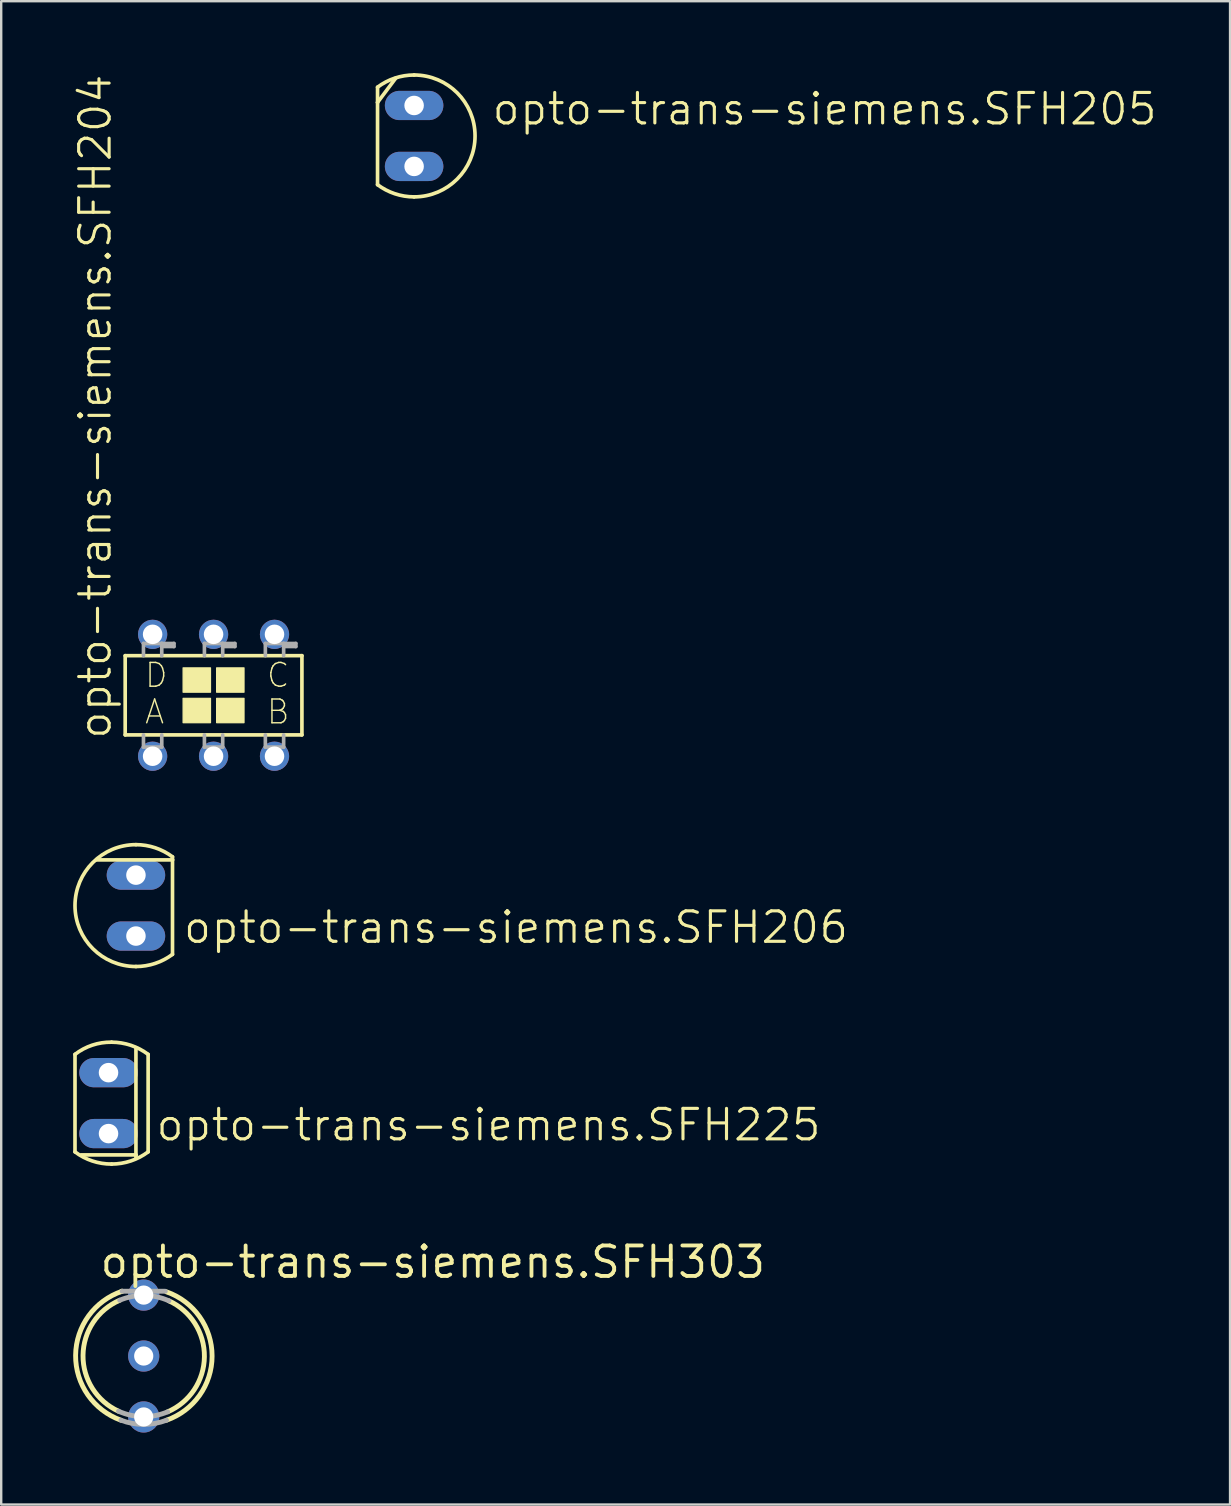
<source format=kicad_pcb>
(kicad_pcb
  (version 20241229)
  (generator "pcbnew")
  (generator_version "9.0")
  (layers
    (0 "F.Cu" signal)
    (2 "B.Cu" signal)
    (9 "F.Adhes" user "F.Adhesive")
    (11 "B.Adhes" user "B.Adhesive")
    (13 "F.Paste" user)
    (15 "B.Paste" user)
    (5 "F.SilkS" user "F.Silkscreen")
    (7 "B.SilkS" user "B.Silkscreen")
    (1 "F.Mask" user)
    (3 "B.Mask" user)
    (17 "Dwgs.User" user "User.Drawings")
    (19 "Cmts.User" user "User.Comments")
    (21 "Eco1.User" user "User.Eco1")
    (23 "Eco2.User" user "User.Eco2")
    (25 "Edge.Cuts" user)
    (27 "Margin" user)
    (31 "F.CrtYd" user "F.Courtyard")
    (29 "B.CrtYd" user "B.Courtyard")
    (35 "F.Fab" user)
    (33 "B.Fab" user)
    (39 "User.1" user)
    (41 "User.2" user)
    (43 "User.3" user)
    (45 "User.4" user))
  (footprint "opto-trans-siemens.SFH225"
    (layer "F.Cu")
    (at 1.473 42.928)
    (property "Reference" "opto-trans-siemens.SFH225" (at 1.905 1.651 0) (layer "F.SilkS") (effects (font (size 1.27 1.27) (thickness 0.13)) (justify left bottom)))
    (attr through_hole)
    (fp_line (start -1.397 2.032) (end -1.397 -2.032) (stroke (width 0.152) (type default)) (layer "F.SilkS"))
    (fp_line (start 1.143 -2.286) (end 1.143 2.159) (stroke (width 0.152) (type default)) (layer "F.SilkS"))
    (fp_line (start 1.143 2.159) (end -1.143 2.159) (stroke (width 0.152) (type default)) (layer "F.SilkS"))
    (fp_line (start 1.143 2.159) (end 1.143 2.286) (stroke (width 0.152) (type default)) (layer "F.SilkS"))
    (fp_line (start 1.651 -2.032) (end 1.651 2.032) (stroke (width 0.152) (type default)) (layer "F.SilkS"))
    (fp_arc (start -1.397 -2.032) (mid -0.678257 -2.415771) (end 0.127 -2.54) (stroke (width 0.1524) (type default)) (layer "F.SilkS"))
    (fp_arc (start 0.127 -2.54) (mid 0.930219 -2.409656) (end 1.651 -2.032) (stroke (width 0.1524) (type default)) (layer "F.SilkS"))
    (fp_arc (start 0.127 2.5399) (mid -0.676817 2.411425) (end -1.397 2.032) (stroke (width 0.1524) (type default)) (layer "F.SilkS"))
    (fp_arc (start 1.651 2.032) (mid 0.930219 2.409656) (end 0.127 2.54) (stroke (width 0.1524) (type default)) (layer "F.SilkS"))
    (pad "A" thru_hole oval (at 0 -1.27) (size 2.438 1.219) (drill 0.813) (layers "*.Cu" "*.Mask"))
    (pad "K" thru_hole oval (at 0 1.27) (size 2.438 1.219) (drill 0.813) (layers "*.Cu" "*.Mask")))
  (footprint "opto-trans-siemens.SFH206"
    (layer "F.Cu")
    (at 2.616 34.695)
    (property "Reference" "opto-trans-siemens.SFH206" (at 1.905 1.651 0) (layer "F.SilkS") (effects (font (size 1.27 1.27) (thickness 0.13)) (justify left bottom)))
    (attr through_hole)
    (fp_line (start -1.651 -1.905) (end 1.524 -1.905) (stroke (width 0.152) (type default)) (layer "F.SilkS"))
    (fp_line (start 1.524 -2.032) (end 1.524 -1.905) (stroke (width 0.152) (type default)) (layer "F.SilkS"))
    (fp_line (start 1.524 -1.905) (end 1.524 2.032) (stroke (width 0.152) (type default)) (layer "F.SilkS"))
    (fp_arc (start 0 -2.54) (mid 0.803219 -2.409656) (end 1.524 -2.032) (stroke (width 0.1524) (type default)) (layer "F.SilkS"))
    (fp_arc (start 0 2.54) (mid -2.54 0) (end 0 -2.54) (stroke (width 0.1524) (type default)) (layer "F.SilkS"))
    (fp_arc (start 1.524 2.032) (mid 0.803219 2.409656) (end 0 2.54) (stroke (width 0.1524) (type default)) (layer "F.SilkS"))
    (pad "A" thru_hole oval (at 0 1.27) (size 2.438 1.219) (drill 0.813) (layers "*.Cu" "*.Mask"))
    (pad "K" thru_hole oval (at 0 -1.27) (size 2.438 1.219) (drill 0.813) (layers "*.Cu" "*.Mask")))
  (footprint "opto-trans-siemens.SFH303"
    (layer "F.Cu")
    (at 2.94 53.469)
    (property "Reference" "opto-trans-siemens.SFH303" (at -1.905 -3.175 0) (layer "F.SilkS") (effects (font (size 1.27 1.27) (thickness 0.16)) (justify left bottom)))
    (attr through_hole)
    (fp_line (start -0.925 -2.7) (end -0.9 -2.7) (stroke (width 0.203) (type default)) (layer "F.SilkS"))
    (fp_arc (start -1.05 2.3) (mid -2.529482 -0.028765) (end -1 -2.325) (stroke (width 0.2032) (type default)) (layer "F.SilkS"))
    (fp_arc (start -0.95 2.675) (mid -2.838594 -0.030301) (end -0.9 -2.7) (stroke (width 0.2032) (type default)) (layer "F.SilkS"))
    (fp_arc (start 0.95 -2.675) (mid 2.850107 0) (end 0.95 2.675) (stroke (width 0.2032) (type default)) (layer "F.SilkS"))
    (fp_arc (start 1.05 -2.3) (mid 2.529482 0.028765) (end 1 2.325) (stroke (width 0.2032) (type default)) (layer "F.SilkS"))
    (fp_line (start -0.9 -2.7) (end 0.9 -2.7) (stroke (width 0.203) (type default)) (layer "F.Fab"))
    (fp_arc (start -1 -2.325) (mid 0.027604 -2.526027) (end 1.05 -2.3) (stroke (width 0.2032) (type default)) (layer "F.Fab"))
    (fp_arc (start 0.95 2.675) (mid 0 2.850472) (end -0.95 2.675) (stroke (width 0.2032) (type default)) (layer "F.Fab"))
    (fp_arc (start 1 2.325) (mid -0.027604 2.526027) (end -1.05 2.3) (stroke (width 0.2032) (type default)) (layer "F.Fab"))
    (pad "1" thru_hole circle (at 0 -2.54) (size 1.3 1.3) (drill 0.8) (layers "*.Cu" "*.Mask"))
    (pad "2" thru_hole circle (at 0 0) (size 1.3 1.3) (drill 0.8) (layers "*.Cu" "*.Mask"))
    (pad "3" thru_hole circle (at 0 2.54) (size 1.3 1.3) (drill 0.8) (layers "*.Cu" "*.Mask")))
  (footprint "opto-trans-siemens.SFH205"
    (layer "F.Cu")
    (at 14.21 2.616)
    (property "Reference" "opto-trans-siemens.SFH205" (at 3.175 -0.381 0) (layer "F.SilkS") (effects (font (size 1.27 1.27) (thickness 0.13)) (justify left bottom)))
    (attr through_hole)
    (fp_line (start -1.524 -1.397) (end -1.524 -2.032) (stroke (width 0.152) (type default)) (layer "F.SilkS"))
    (fp_line (start -1.524 2.032) (end -1.524 -1.397) (stroke (width 0.152) (type default)) (layer "F.SilkS"))
    (fp_line (start -0.762 -2.413) (end -1.524 -1.397) (stroke (width 0.152) (type default)) (layer "F.SilkS"))
    (fp_arc (start -1.524 -2.032) (mid -0.803219 -2.409656) (end 0 -2.54) (stroke (width 0.1524) (type default)) (layer "F.SilkS"))
    (fp_arc (start 0 -2.54) (mid 2.54 0) (end 0 2.54) (stroke (width 0.1524) (type default)) (layer "F.SilkS"))
    (fp_arc (start 0 2.54) (mid -0.803219 2.409656) (end -1.524 2.032) (stroke (width 0.1524) (type default)) (layer "F.SilkS"))
    (pad "A" thru_hole oval (at 0 1.27) (size 2.438 1.219) (drill 0.813) (layers "*.Cu" "*.Mask"))
    (pad "K" thru_hole oval (at 0 -1.27) (size 2.438 1.219) (drill 0.813) (layers "*.Cu" "*.Mask")))
  (footprint "opto-trans-siemens.SFH204"
    (layer "F.Cu")
    (at 5.851 25.929)
    (property "Reference" "opto-trans-siemens.SFH204" (at -4.191 1.905 90) (layer "F.SilkS") (effects (font (size 1.27 1.27) (thickness 0.13)) (justify left bottom)))
    (attr through_hole)
    (fp_line (start -3.683 1.651) (end -3.683 -1.651) (stroke (width 0.152) (type default)) (layer "F.SilkS"))
    (fp_line (start -3.683 1.651) (end 3.683 1.651) (stroke (width 0.152) (type default)) (layer "F.SilkS"))
    (fp_line (start 3.683 -1.651) (end -3.683 -1.651) (stroke (width 0.152) (type default)) (layer "F.SilkS"))
    (fp_line (start 3.683 -1.651) (end 3.683 1.651) (stroke (width 0.152) (type default)) (layer "F.SilkS"))
    (fp_rect (start -1.27 -0.127) (end -0.127 -1.143) (stroke (width 0.05) (type default)) (fill yes) (layer "F.SilkS"))
    (fp_rect (start -1.27 1.143) (end -0.127 0.127) (stroke (width 0.05) (type default)) (fill yes) (layer "F.SilkS"))
    (fp_rect (start 0.127 -0.127) (end 1.27 -1.143) (stroke (width 0.05) (type default)) (fill yes) (layer "F.SilkS"))
    (fp_rect (start 0.127 1.143) (end 1.27 0.127) (stroke (width 0.05) (type default)) (fill yes) (layer "F.SilkS"))
    (fp_line (start -2.921 -2.159) (end -2.921 -1.651) (stroke (width 0.152) (type default)) (layer "F.Fab"))
    (fp_line (start -2.921 2.159) (end -2.921 1.651) (stroke (width 0.152) (type default)) (layer "F.Fab"))
    (fp_line (start -2.921 2.159) (end -2.159 2.159) (stroke (width 0.152) (type default)) (layer "F.Fab"))
    (fp_line (start -2.159 -2.159) (end -2.921 -2.159) (stroke (width 0.152) (type default)) (layer "F.Fab"))
    (fp_line (start -2.159 -2.032) (end -2.159 -2.159) (stroke (width 0.152) (type default)) (layer "F.Fab"))
    (fp_line (start -2.159 -1.651) (end -2.159 -2.032) (stroke (width 0.152) (type default)) (layer "F.Fab"))
    (fp_line (start -2.159 1.651) (end -2.159 2.159) (stroke (width 0.152) (type default)) (layer "F.Fab"))
    (fp_line (start -1.651 -2.159) (end -2.159 -2.159) (stroke (width 0.152) (type default)) (layer "F.Fab"))
    (fp_line (start -1.651 -2.032) (end -2.159 -2.032) (stroke (width 0.152) (type default)) (layer "F.Fab"))
    (fp_line (start -1.651 -2.032) (end -1.651 -2.159) (stroke (width 0.152) (type default)) (layer "F.Fab"))
    (fp_line (start -0.381 -2.159) (end 0.381 -2.159) (stroke (width 0.152) (type default)) (layer "F.Fab"))
    (fp_line (start -0.381 -1.651) (end -0.381 -2.159) (stroke (width 0.152) (type default)) (layer "F.Fab"))
    (fp_line (start -0.381 2.159) (end -0.381 1.651) (stroke (width 0.152) (type default)) (layer "F.Fab"))
    (fp_line (start -0.381 2.159) (end 0.381 2.159) (stroke (width 0.152) (type default)) (layer "F.Fab"))
    (fp_line (start 0.381 -2.159) (end 0.381 -2.032) (stroke (width 0.152) (type default)) (layer "F.Fab"))
    (fp_line (start 0.381 -2.032) (end 0.381 -1.651) (stroke (width 0.152) (type default)) (layer "F.Fab"))
    (fp_line (start 0.381 1.651) (end 0.381 2.159) (stroke (width 0.152) (type default)) (layer "F.Fab"))
    (fp_line (start 0.889 -2.159) (end 0.381 -2.159) (stroke (width 0.152) (type default)) (layer "F.Fab"))
    (fp_line (start 0.889 -2.032) (end 0.381 -2.032) (stroke (width 0.152) (type default)) (layer "F.Fab"))
    (fp_line (start 0.889 -2.032) (end 0.889 -2.159) (stroke (width 0.152) (type default)) (layer "F.Fab"))
    (fp_line (start 2.159 -2.159) (end 2.921 -2.159) (stroke (width 0.152) (type default)) (layer "F.Fab"))
    (fp_line (start 2.159 -1.651) (end 2.159 -2.159) (stroke (width 0.152) (type default)) (layer "F.Fab"))
    (fp_line (start 2.159 2.159) (end 2.159 1.651) (stroke (width 0.152) (type default)) (layer "F.Fab"))
    (fp_line (start 2.159 2.159) (end 2.921 2.159) (stroke (width 0.152) (type default)) (layer "F.Fab"))
    (fp_line (start 2.921 -2.159) (end 2.921 -2.032) (stroke (width 0.152) (type default)) (layer "F.Fab"))
    (fp_line (start 2.921 -2.032) (end 2.921 -1.651) (stroke (width 0.152) (type default)) (layer "F.Fab"))
    (fp_line (start 2.921 1.651) (end 2.921 2.159) (stroke (width 0.152) (type default)) (layer "F.Fab"))
    (fp_line (start 3.429 -2.159) (end 2.921 -2.159) (stroke (width 0.152) (type default)) (layer "F.Fab"))
    (fp_line (start 3.429 -2.032) (end 2.921 -2.032) (stroke (width 0.152) (type default)) (layer "F.Fab"))
    (fp_line (start 3.429 -2.032) (end 3.429 -2.159) (stroke (width 0.152) (type default)) (layer "F.Fab"))
    (fp_text user "C" (at 2.159 -0.254 0) (layer "F.SilkS") (effects (font (size 0.991 0.991) (thickness 0.06)) (justify left bottom)))
    (fp_text user "B" (at 2.159 1.27 0) (layer "F.SilkS") (effects (font (size 0.991 0.991) (thickness 0.06)) (justify left bottom)))
    (fp_text user "A" (at -2.921 1.27 0) (layer "F.SilkS") (effects (font (size 0.991 0.991) (thickness 0.06)) (justify left bottom)))
    (fp_text user "D" (at -2.921 -0.254 0) (layer "F.SilkS") (effects (font (size 0.991 0.991) (thickness 0.06)) (justify left bottom)))
    (pad "1" thru_hole circle (at -2.54 2.54) (size 1.219 1.219) (drill 0.813) (layers "*.Cu" "*.Mask"))
    (pad "2" thru_hole circle (at 0 2.54) (size 1.219 1.219) (drill 0.813) (layers "*.Cu" "*.Mask"))
    (pad "3" thru_hole circle (at 2.54 2.54) (size 1.219 1.219) (drill 0.813) (layers "*.Cu" "*.Mask"))
    (pad "4" thru_hole circle (at 2.54 -2.54) (size 1.219 1.219) (drill 0.813) (layers "*.Cu" "*.Mask"))
    (pad "5" thru_hole circle (at 0 -2.54) (size 1.219 1.219) (drill 0.813) (layers "*.Cu" "*.Mask"))
    (pad "6" thru_hole circle (at -2.54 -2.54) (size 1.219 1.219) (drill 0.813) (layers "*.Cu" "*.Mask")))
  (gr_rect
    (start -3 -3)
    (end 48.219 59.659)
    (stroke (width 0.1) (type default))
    (fill no)
    (layer "Edge.Cuts")))
</source>
